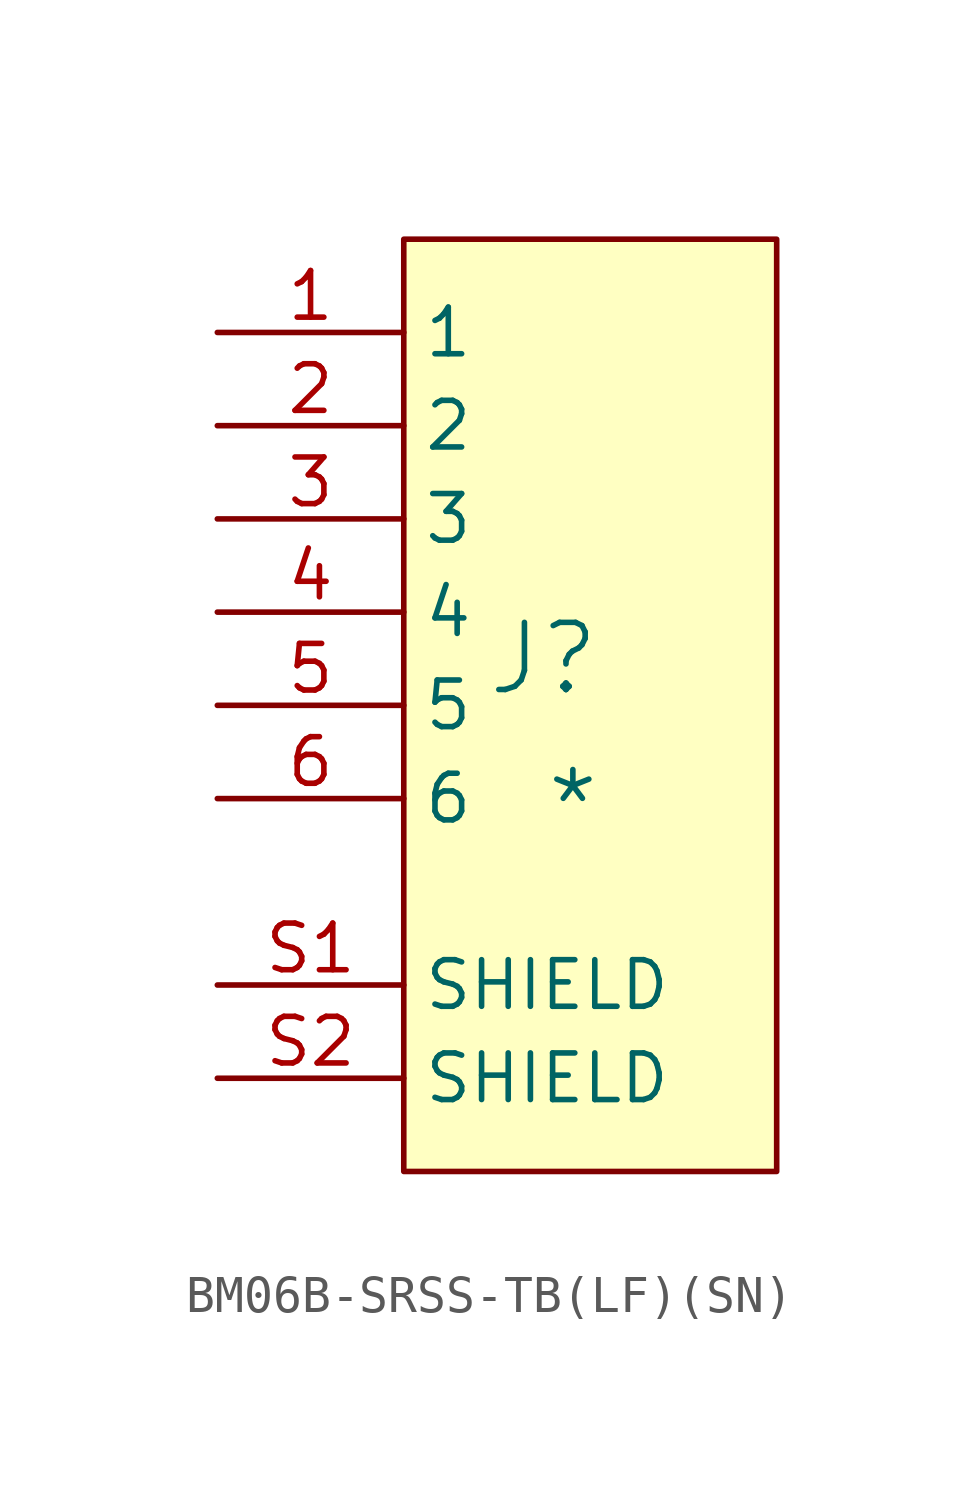
<source format=kicad_sym>
(kicad_symbol_lib
  (version 20241209)
  (generator "kicad_symbol_editor")
  (generator_version "9.0")
  (symbol "BM06B-SRSS-TB(LF)(SN)"
    (property "Reference" "J"
      (at -1.27 1.27 0)
      (effects (font (size 1.829 1.829))))
    (property "Value" "*"
      (at -1.27 -3.81 0)
      (effects (font (size 1.829 1.829)) (justify left bottom)))
    (symbol "BM06B-SRSS-TB(LF)(SN)_1_0"
      (rectangle (start 5.08 12.7) (end -5.08 -12.7) (stroke (width 0) (type solid) (color 128 0 0 1)) (fill (type background)))
      (pin passive line (at -10.16 10.16 0) (length 5.08) (name "1" (effects (font (size 1.27 1.27)))) (number "1" (effects (font (size 1.27 1.27)))))
      (pin passive line (at -10.16 7.62 0) (length 5.08) (name "2" (effects (font (size 1.27 1.27)))) (number "2" (effects (font (size 1.27 1.27)))))
      (pin passive line (at -10.16 5.08 0) (length 5.08) (name "3" (effects (font (size 1.27 1.27)))) (number "3" (effects (font (size 1.27 1.27)))))
      (pin passive line (at -10.16 2.54 0) (length 5.08) (name "4" (effects (font (size 1.27 1.27)))) (number "4" (effects (font (size 1.27 1.27)))))
      (pin passive line (at -10.16 0 0) (length 5.08) (name "5" (effects (font (size 1.27 1.27)))) (number "5" (effects (font (size 1.27 1.27)))))
      (pin passive line (at -10.16 -2.54 0) (length 5.08) (name "6" (effects (font (size 1.27 1.27)))) (number "6" (effects (font (size 1.27 1.27)))))
      (pin passive line (at -10.16 -7.62 0) (length 5.08) (name "SHIELD" (effects (font (size 1.27 1.27)))) (number "S1" (effects (font (size 1.27 1.27)))))
      (pin passive line (at -10.16 -10.16 0) (length 5.08) (name "SHIELD" (effects (font (size 1.27 1.27)))) (number "S2" (effects (font (size 1.27 1.27))))))))
</source>
